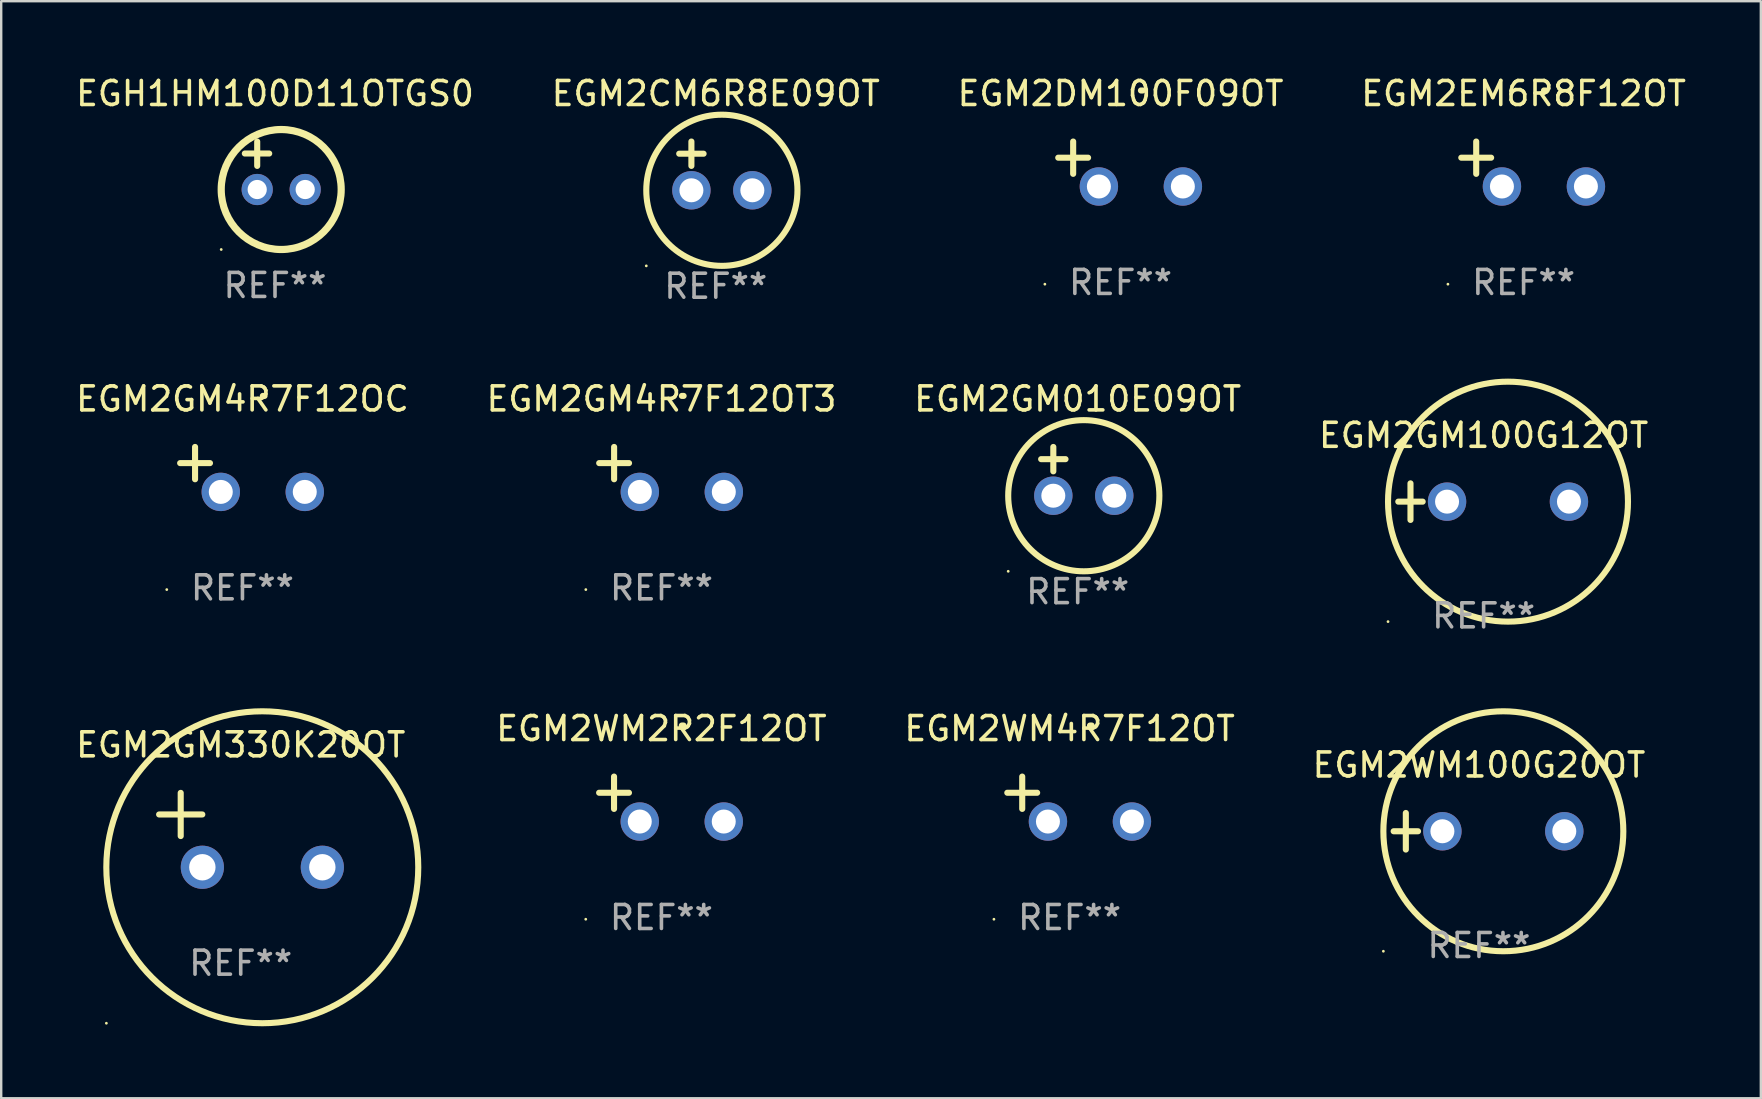
<source format=kicad_pcb>
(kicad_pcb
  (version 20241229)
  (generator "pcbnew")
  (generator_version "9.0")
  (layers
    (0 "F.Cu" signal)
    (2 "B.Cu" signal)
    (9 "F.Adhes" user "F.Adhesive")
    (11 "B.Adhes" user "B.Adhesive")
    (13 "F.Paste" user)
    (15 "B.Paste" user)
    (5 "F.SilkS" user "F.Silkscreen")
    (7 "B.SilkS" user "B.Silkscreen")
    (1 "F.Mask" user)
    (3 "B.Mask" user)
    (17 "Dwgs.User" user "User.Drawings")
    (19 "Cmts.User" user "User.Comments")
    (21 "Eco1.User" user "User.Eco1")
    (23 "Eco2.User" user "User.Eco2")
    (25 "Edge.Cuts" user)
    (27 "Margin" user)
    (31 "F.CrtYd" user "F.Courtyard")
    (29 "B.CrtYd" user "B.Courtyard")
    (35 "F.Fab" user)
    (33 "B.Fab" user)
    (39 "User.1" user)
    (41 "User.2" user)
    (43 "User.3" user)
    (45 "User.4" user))
  (footprint "EGM2WM4R7F12OT"
    (layer "F.Cu")
    (at 41.526 30.251)
    (property "Reference" "EGM2WM4R7F12OT" (at 0 -2.937 0) (layer "F.SilkS") (effects (font (size 1 1) (thickness 0.15))))
    (attr through_hole)
    (fp_line (start -1.975 0.41) (end -1.975 -0.937) (stroke (width 0.254) (type solid)) (layer "F.SilkS"))
    (fp_line (start -1.353 -0.263) (end -2.597 -0.263) (stroke (width 0.254) (type solid)) (layer "F.SilkS"))
    (fp_arc (start 0.849809 -3.063957) (mid 0.885369 -3.064114) (end 0.920929 -3.063957) (stroke (width 0.254001) (type solid)) (layer "F.SilkS"))
    (fp_circle (center -3.154 5.008) (end -3.124 5.008) (stroke (width 0.06) (type solid)) (fill no) (layer "F.SilkS"))
    (fp_text user "REF**" (at 0 4.937 0) (layer "F.Fab") (effects (font (size 1 1) (thickness 0.15))))
    (pad "1" thru_hole circle (at -0.903 0.937) (size 1.6 1.6) (drill 1) (layers "*.Cu" "*.Mask"))
    (pad "2" thru_hole circle (at 2.597 0.937) (size 1.6 1.6) (drill 1) (layers "*.Cu" "*.Mask")))
  (footprint "EGM2GM100G12OT"
    (layer "F.Cu")
    (at 58.78 17.856)
    (property "Reference" "EGM2GM100G12OT" (at 0 -2.762 0) (layer "F.SilkS") (effects (font (size 1 1) (thickness 0.15))))
    (attr through_hole)
    (fp_line (start -3.556 0) (end -2.54 0) (stroke (width 0.254) (type solid)) (layer "F.SilkS"))
    (fp_line (start -3.048 -0.762) (end -3.048 0.762) (stroke (width 0.254) (type solid)) (layer "F.SilkS"))
    (fp_circle (center -3.984 5) (end -3.954 5) (stroke (width 0.06) (type solid)) (fill no) (layer "F.SilkS"))
    (fp_circle (center 1.016 0) (end 6.016 0) (stroke (width 0.254) (type solid)) (fill no) (layer "F.SilkS"))
    (fp_text user "REF**" (at 0 4.762 0) (layer "F.Fab") (effects (font (size 1 1) (thickness 0.15))))
    (pad "1" thru_hole circle (at -1.524 0) (size 1.6 1.6) (drill 1) (layers "*.Cu" "*.Mask"))
    (pad "2" thru_hole circle (at 3.556 0) (size 1.6 1.6) (drill 1) (layers "*.Cu" "*.Mask")))
  (footprint "EGM2WM2R2F12OT"
    (layer "F.Cu")
    (at 24.515 30.251)
    (property "Reference" "EGM2WM2R2F12OT" (at 0 -2.937 0) (layer "F.SilkS") (effects (font (size 1 1) (thickness 0.15))))
    (attr through_hole)
    (fp_line (start -1.975 0.41) (end -1.975 -0.937) (stroke (width 0.254) (type solid)) (layer "F.SilkS"))
    (fp_line (start -1.353 -0.263) (end -2.597 -0.263) (stroke (width 0.254) (type solid)) (layer "F.SilkS"))
    (fp_arc (start 0.849809 -3.063957) (mid 0.885369 -3.064114) (end 0.920929 -3.063957) (stroke (width 0.254001) (type solid)) (layer "F.SilkS"))
    (fp_circle (center -3.154 5.008) (end -3.124 5.008) (stroke (width 0.06) (type solid)) (fill no) (layer "F.SilkS"))
    (fp_text user "REF**" (at 0 4.937 0) (layer "F.Fab") (effects (font (size 1 1) (thickness 0.15))))
    (pad "1" thru_hole circle (at -0.903 0.937) (size 1.6 1.6) (drill 1) (layers "*.Cu" "*.Mask"))
    (pad "2" thru_hole circle (at 2.597 0.937) (size 1.6 1.6) (drill 1) (layers "*.Cu" "*.Mask")))
  (footprint "EGM2DM100F09OT"
    (layer "F.Cu")
    (at 43.649 3.785)
    (property "Reference" "EGM2DM100F09OT" (at 0 -2.937 0) (layer "F.SilkS") (effects (font (size 1 1) (thickness 0.15))))
    (attr through_hole)
    (fp_line (start -1.975 0.41) (end -1.975 -0.937) (stroke (width 0.254) (type solid)) (layer "F.SilkS"))
    (fp_line (start -1.353 -0.263) (end -2.597 -0.263) (stroke (width 0.254) (type solid)) (layer "F.SilkS"))
    (fp_arc (start 0.849809 -3.063957) (mid 0.885369 -3.064114) (end 0.920929 -3.063957) (stroke (width 0.254001) (type solid)) (layer "F.SilkS"))
    (fp_circle (center -3.154 5.008) (end -3.124 5.008) (stroke (width 0.06) (type solid)) (fill no) (layer "F.SilkS"))
    (fp_text user "REF**" (at 0 4.937 0) (layer "F.Fab") (effects (font (size 1 1) (thickness 0.15))))
    (pad "1" thru_hole circle (at -0.903 0.937) (size 1.6 1.6) (drill 1) (layers "*.Cu" "*.Mask"))
    (pad "2" thru_hole circle (at 2.597 0.937) (size 1.6 1.6) (drill 1) (layers "*.Cu" "*.Mask")))
  (footprint "EGM2GM010E09OT"
    (layer "F.Cu")
    (at 41.863 16.593)
    (property "Reference" "EGM2GM010E09OT" (at 0 -3.016 0) (layer "F.SilkS") (effects (font (size 1 1) (thickness 0.15))))
    (attr through_hole)
    (fp_line (start -1.524 -0.508) (end -0.508 -0.508) (stroke (width 0.254) (type solid)) (layer "F.SilkS"))
    (fp_line (start -1.016 -1.016) (end -1.016 0) (stroke (width 0.254) (type solid)) (layer "F.SilkS"))
    (fp_circle (center -2.896 4.166) (end -2.866 4.166) (stroke (width 0.06) (type solid)) (fill no) (layer "F.SilkS"))
    (fp_circle (center 0.254 1.016) (end 3.404 1.016) (stroke (width 0.254) (type solid)) (fill no) (layer "F.SilkS"))
    (fp_text user "REF**" (at 0 5.016 0) (layer "F.Fab") (effects (font (size 1 1) (thickness 0.15))))
    (pad "1" thru_hole circle (at -1.016 1.016) (size 1.6 1.6) (drill 1) (layers "*.Cu" "*.Mask"))
    (pad "2" thru_hole circle (at 1.524 1.016) (size 1.6 1.6) (drill 1) (layers "*.Cu" "*.Mask")))
  (footprint "EGM2GM4R7F12OC"
    (layer "F.Cu")
    (at 7.054 16.513)
    (property "Reference" "EGM2GM4R7F12OC" (at 0 -2.937 0) (layer "F.SilkS") (effects (font (size 1 1) (thickness 0.15))))
    (attr through_hole)
    (fp_line (start -1.975 0.41) (end -1.975 -0.937) (stroke (width 0.254) (type solid)) (layer "F.SilkS"))
    (fp_line (start -1.353 -0.263) (end -2.597 -0.263) (stroke (width 0.254) (type solid)) (layer "F.SilkS"))
    (fp_arc (start 0.849809 -3.063957) (mid 0.885369 -3.064114) (end 0.920929 -3.063957) (stroke (width 0.254001) (type solid)) (layer "F.SilkS"))
    (fp_circle (center -3.154 5.008) (end -3.124 5.008) (stroke (width 0.06) (type solid)) (fill no) (layer "F.SilkS"))
    (fp_text user "REF**" (at 0 4.937 0) (layer "F.Fab") (effects (font (size 1 1) (thickness 0.15))))
    (pad "1" thru_hole circle (at -0.903 0.937) (size 1.6 1.6) (drill 1) (layers "*.Cu" "*.Mask"))
    (pad "2" thru_hole circle (at 2.597 0.937) (size 1.6 1.6) (drill 1) (layers "*.Cu" "*.Mask")))
  (footprint "EGM2GM4R7F12OT3"
    (layer "F.Cu")
    (at 24.518 16.513)
    (property "Reference" "EGM2GM4R7F12OT3" (at 0 -2.937 0) (layer "F.SilkS") (effects (font (size 1 1) (thickness 0.15))))
    (attr through_hole)
    (fp_line (start -1.975 0.41) (end -1.975 -0.937) (stroke (width 0.254) (type solid)) (layer "F.SilkS"))
    (fp_line (start -1.353 -0.263) (end -2.597 -0.263) (stroke (width 0.254) (type solid)) (layer "F.SilkS"))
    (fp_arc (start 0.849809 -3.063957) (mid 0.885369 -3.064114) (end 0.920929 -3.063957) (stroke (width 0.254001) (type solid)) (layer "F.SilkS"))
    (fp_circle (center -3.154 5.008) (end -3.124 5.008) (stroke (width 0.06) (type solid)) (fill no) (layer "F.SilkS"))
    (fp_text user "REF**" (at 0 4.937 0) (layer "F.Fab") (effects (font (size 1 1) (thickness 0.15))))
    (pad "1" thru_hole circle (at -0.903 0.937) (size 1.6 1.6) (drill 1) (layers "*.Cu" "*.Mask"))
    (pad "2" thru_hole circle (at 2.597 0.937) (size 1.6 1.6) (drill 1) (layers "*.Cu" "*.Mask")))
  (footprint "EGM2WM100G20OT"
    (layer "F.Cu")
    (at 58.586 31.593)
    (property "Reference" "EGM2WM100G20OT" (at 0 -2.762 0) (layer "F.SilkS") (effects (font (size 1 1) (thickness 0.15))))
    (attr through_hole)
    (fp_line (start -3.556 0) (end -2.54 0) (stroke (width 0.254) (type solid)) (layer "F.SilkS"))
    (fp_line (start -3.048 -0.762) (end -3.048 0.762) (stroke (width 0.254) (type solid)) (layer "F.SilkS"))
    (fp_circle (center -3.984 5) (end -3.954 5) (stroke (width 0.06) (type solid)) (fill no) (layer "F.SilkS"))
    (fp_circle (center 1.016 0) (end 6.016 0) (stroke (width 0.254) (type solid)) (fill no) (layer "F.SilkS"))
    (fp_text user "REF**" (at 0 4.762 0) (layer "F.Fab") (effects (font (size 1 1) (thickness 0.15))))
    (pad "1" thru_hole circle (at -1.524 0) (size 1.6 1.6) (drill 1) (layers "*.Cu" "*.Mask"))
    (pad "2" thru_hole circle (at 3.556 0) (size 1.6 1.6) (drill 1) (layers "*.Cu" "*.Mask")))
  (footprint "EGM2EM6R8F12OT"
    (layer "F.Cu")
    (at 60.446 3.785)
    (property "Reference" "EGM2EM6R8F12OT" (at 0 -2.937 0) (layer "F.SilkS") (effects (font (size 1 1) (thickness 0.15))))
    (attr through_hole)
    (fp_line (start -1.975 0.41) (end -1.975 -0.937) (stroke (width 0.254) (type solid)) (layer "F.SilkS"))
    (fp_line (start -1.353 -0.263) (end -2.597 -0.263) (stroke (width 0.254) (type solid)) (layer "F.SilkS"))
    (fp_arc (start 0.849809 -3.063957) (mid 0.885369 -3.064114) (end 0.920929 -3.063957) (stroke (width 0.254001) (type solid)) (layer "F.SilkS"))
    (fp_circle (center -3.154 5.008) (end -3.124 5.008) (stroke (width 0.06) (type solid)) (fill no) (layer "F.SilkS"))
    (fp_text user "REF**" (at 0 4.937 0) (layer "F.Fab") (effects (font (size 1 1) (thickness 0.15))))
    (pad "1" thru_hole circle (at -0.903 0.937) (size 1.6 1.6) (drill 1) (layers "*.Cu" "*.Mask"))
    (pad "2" thru_hole circle (at 2.597 0.937) (size 1.6 1.6) (drill 1) (layers "*.Cu" "*.Mask")))
  (footprint "EGM2GM330K20OT"
    (layer "F.Cu")
    (at 6.982 31.543)
    (property "Reference" "EGM2GM330K20OT" (at 0 -3.55 0) (layer "F.SilkS") (effects (font (size 1 1) (thickness 0.15))))
    (attr through_hole)
    (fp_line (start -3.401 -0.65) (end -1.601 -0.65) (stroke (width 0.254) (type solid)) (layer "F.SilkS"))
    (fp_line (start -2.501 -1.55) (end -2.501 0.25) (stroke (width 0.254) (type solid)) (layer "F.SilkS"))
    (fp_circle (center -5.599 8.05) (end -5.569 8.05) (stroke (width 0.06) (type solid)) (fill no) (layer "F.SilkS"))
    (fp_circle (center 0.899 1.55) (end 7.399 1.55) (stroke (width 0.254) (type solid)) (fill no) (layer "F.SilkS"))
    (fp_text user "REF**" (at 0 5.55 0) (layer "F.Fab") (effects (font (size 1 1) (thickness 0.15))))
    (pad "1" thru_hole circle (at -1.599 1.55) (size 1.8 1.8) (drill 1.1) (layers "*.Cu" "*.Mask"))
    (pad "2" thru_hole circle (at 3.401 1.55) (size 1.8 1.8) (drill 1.1) (layers "*.Cu" "*.Mask")))
  (footprint "EGM2CM6R8E09OT"
    (layer "F.Cu")
    (at 26.78 3.864)
    (property "Reference" "EGM2CM6R8E09OT" (at 0 -3.016 0) (layer "F.SilkS") (effects (font (size 1 1) (thickness 0.15))))
    (attr through_hole)
    (fp_line (start -1.524 -0.508) (end -0.508 -0.508) (stroke (width 0.254) (type solid)) (layer "F.SilkS"))
    (fp_line (start -1.016 -1.016) (end -1.016 0) (stroke (width 0.254) (type solid)) (layer "F.SilkS"))
    (fp_circle (center -2.896 4.166) (end -2.866 4.166) (stroke (width 0.06) (type solid)) (fill no) (layer "F.SilkS"))
    (fp_circle (center 0.254 1.016) (end 3.404 1.016) (stroke (width 0.254) (type solid)) (fill no) (layer "F.SilkS"))
    (fp_text user "REF**" (at 0 5.016 0) (layer "F.Fab") (effects (font (size 1 1) (thickness 0.15))))
    (pad "1" thru_hole circle (at -1.016 1.016) (size 1.6 1.6) (drill 1) (layers "*.Cu" "*.Mask"))
    (pad "2" thru_hole circle (at 1.524 1.016) (size 1.6 1.6) (drill 1) (layers "*.Cu" "*.Mask")))
  (footprint "EGH1HM100D11OTGS0"
    (layer "F.Cu")
    (at 8.411 3.848)
    (property "Reference" "EGH1HM100D11OTGS0" (at 0 -3 0) (layer "F.SilkS") (effects (font (size 1 1) (thickness 0.15))))
    (attr through_hole)
    (fp_line (start -1.258 -0.5) (end -0.242 -0.5) (stroke (width 0.254) (type solid)) (layer "F.SilkS"))
    (fp_line (start -0.742 -1) (end -0.742 0.016) (stroke (width 0.254) (type solid)) (layer "F.SilkS"))
    (fp_circle (center -2.242 3.5) (end -2.212 3.5) (stroke (width 0.06) (type solid)) (fill no) (layer "F.SilkS"))
    (fp_circle (center 0.258 1) (end 2.758 1) (stroke (width 0.3) (type solid)) (fill no) (layer "F.SilkS"))
    (fp_text user "REF**" (at 0 5 0) (layer "F.Fab") (effects (font (size 1 1) (thickness 0.15))))
    (pad "1" thru_hole circle (at -0.742 1) (size 1.3 1.3) (drill 0.8) (layers "*.Cu" "*.Mask"))
    (pad "2" thru_hole circle (at 1.258 1) (size 1.3 1.3) (drill 0.8) (layers "*.Cu" "*.Mask")))
  (gr_rect
    (start -3 -3)
    (end 70.333 42.72)
    (stroke (width 0.1) (type default))
    (fill no)
    (layer "Edge.Cuts")))
</source>
